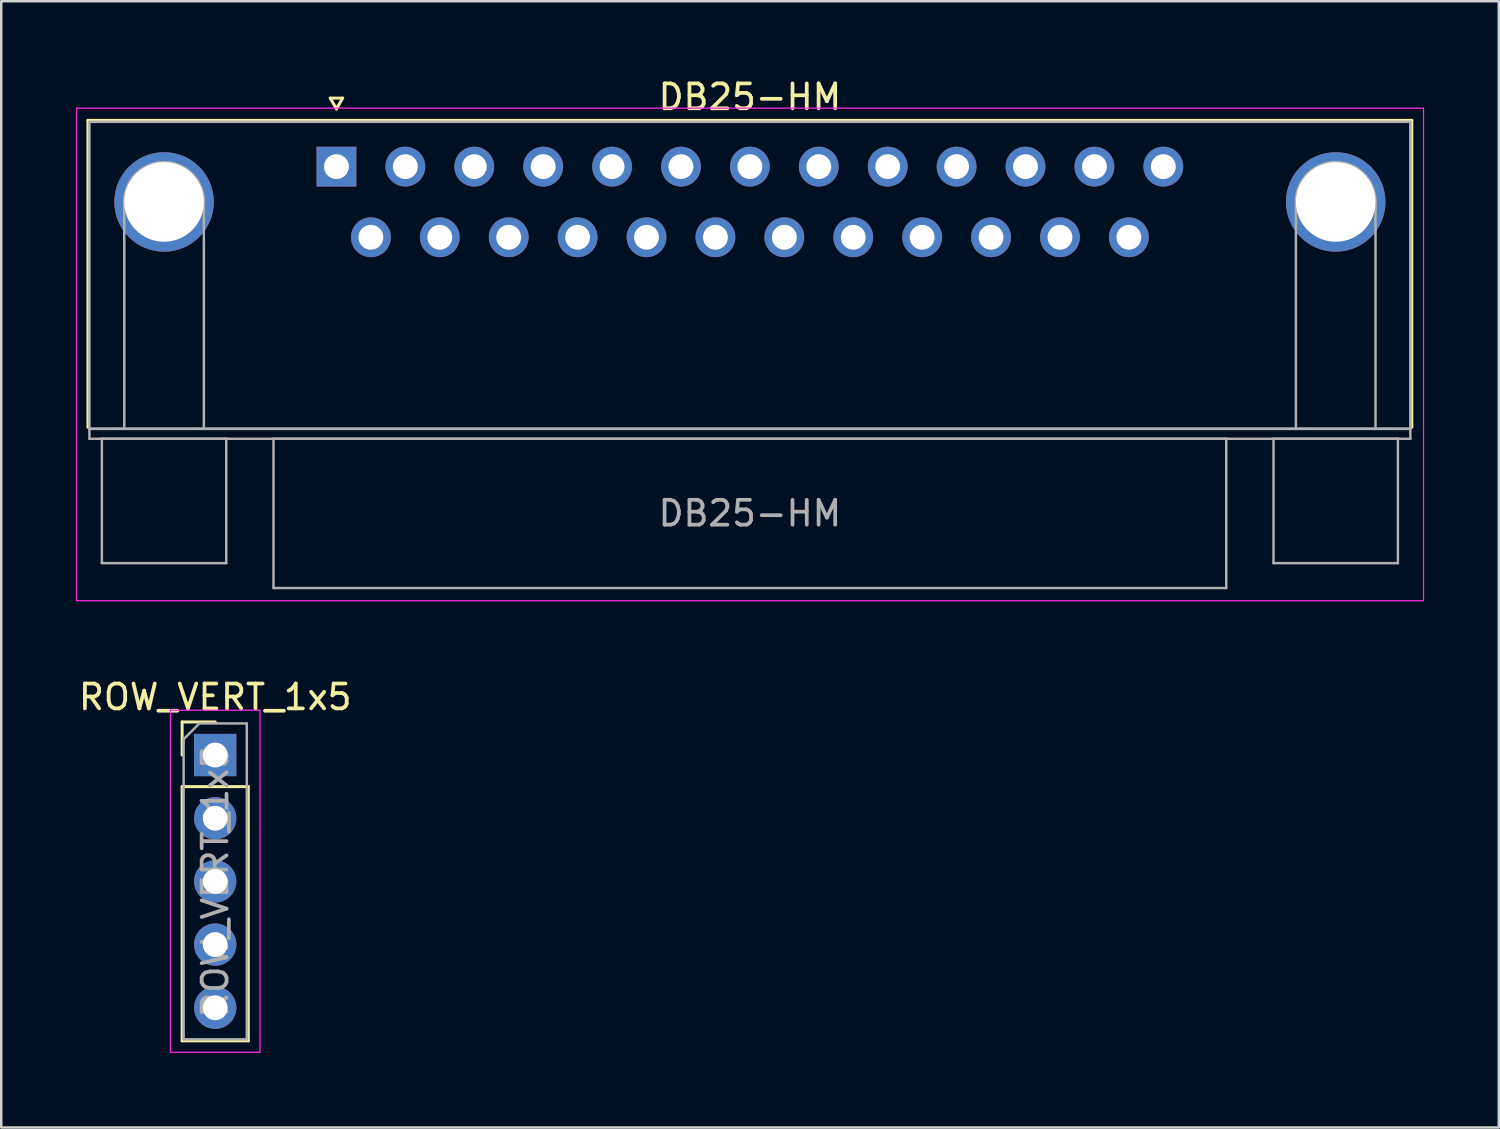
<source format=kicad_pcb>
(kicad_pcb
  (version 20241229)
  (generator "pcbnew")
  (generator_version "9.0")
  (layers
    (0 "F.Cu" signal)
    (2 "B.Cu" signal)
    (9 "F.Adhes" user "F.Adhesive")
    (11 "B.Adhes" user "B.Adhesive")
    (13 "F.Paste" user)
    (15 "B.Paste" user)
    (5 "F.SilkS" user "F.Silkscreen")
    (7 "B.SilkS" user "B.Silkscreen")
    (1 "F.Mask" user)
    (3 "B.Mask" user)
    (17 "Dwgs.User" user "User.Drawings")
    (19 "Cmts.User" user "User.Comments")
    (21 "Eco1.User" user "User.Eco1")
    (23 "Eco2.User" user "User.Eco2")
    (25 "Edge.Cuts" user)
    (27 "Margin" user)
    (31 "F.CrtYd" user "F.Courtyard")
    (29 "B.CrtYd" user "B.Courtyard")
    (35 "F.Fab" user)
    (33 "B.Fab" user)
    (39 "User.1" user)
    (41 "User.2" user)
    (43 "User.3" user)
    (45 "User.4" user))
  (footprint "ROW_VERT_1x5"
    (layer "F.Cu")
    (at 5.601 27.302)
    (property "Reference" "ROW_VERT_1x5" (at 0 -2.33 0) (layer "F.SilkS") (effects (font (size 1 1) (thickness 0.15))))
    (attr through_hole)
    (fp_line (start -1.33 -1.33) (end 0 -1.33) (stroke (width 0.12) (type solid)) (layer "F.SilkS"))
    (fp_line (start -1.33 0) (end -1.33 -1.33) (stroke (width 0.12) (type solid)) (layer "F.SilkS"))
    (fp_line (start -1.33 1.27) (end -1.33 11.49) (stroke (width 0.12) (type solid)) (layer "F.SilkS"))
    (fp_line (start -1.33 1.27) (end 1.33 1.27) (stroke (width 0.12) (type solid)) (layer "F.SilkS"))
    (fp_line (start -1.33 11.49) (end 1.33 11.49) (stroke (width 0.12) (type solid)) (layer "F.SilkS"))
    (fp_line (start 1.33 1.27) (end 1.33 11.49) (stroke (width 0.12) (type solid)) (layer "F.SilkS"))
    (fp_line (start -1.8 -1.8) (end -1.8 11.95) (stroke (width 0.05) (type solid)) (layer "F.CrtYd"))
    (fp_line (start -1.8 11.95) (end 1.8 11.95) (stroke (width 0.05) (type solid)) (layer "F.CrtYd"))
    (fp_line (start 1.8 -1.8) (end -1.8 -1.8) (stroke (width 0.05) (type solid)) (layer "F.CrtYd"))
    (fp_line (start 1.8 11.95) (end 1.8 -1.8) (stroke (width 0.05) (type solid)) (layer "F.CrtYd"))
    (fp_line (start -1.27 -0.635) (end -0.635 -1.27) (stroke (width 0.1) (type solid)) (layer "F.Fab"))
    (fp_line (start -1.27 11.43) (end -1.27 -0.635) (stroke (width 0.1) (type solid)) (layer "F.Fab"))
    (fp_line (start -0.635 -1.27) (end 1.27 -1.27) (stroke (width 0.1) (type solid)) (layer "F.Fab"))
    (fp_line (start 1.27 -1.27) (end 1.27 11.43) (stroke (width 0.1) (type solid)) (layer "F.Fab"))
    (fp_line (start 1.27 11.43) (end -1.27 11.43) (stroke (width 0.1) (type solid)) (layer "F.Fab"))
    (fp_text user "${REFERENCE}" (at 0 5.08 90) (layer "F.Fab") (effects (font (size 1 1) (thickness 0.15))))
    (pad "1" thru_hole rect (at 0 0) (size 1.7 1.7) (drill 1) (layers "*.Cu" "*.Mask"))
    (pad "2" thru_hole oval (at 0 2.54) (size 1.7 1.7) (drill 1) (layers "*.Cu" "*.Mask"))
    (pad "3" thru_hole oval (at 0 5.08) (size 1.7 1.7) (drill 1) (layers "*.Cu" "*.Mask"))
    (pad "4" thru_hole oval (at 0 7.62) (size 1.7 1.7) (drill 1) (layers "*.Cu" "*.Mask"))
    (pad "5" thru_hole oval (at 0 10.16) (size 1.7 1.7) (drill 1) (layers "*.Cu" "*.Mask")))
  (footprint "DB25-HM"
    (layer "F.Cu")
    (at 10.475 3.648)
    (property "Reference" "DB25-HM" (at 16.62 -2.8 0) (layer "F.SilkS") (effects (font (size 1 1) (thickness 0.15))))
    (attr through_hole)
    (fp_line (start -9.99 -1.86) (end 43.23 -1.86) (stroke (width 0.12) (type solid)) (layer "F.SilkS"))
    (fp_line (start -9.99 10.48) (end -9.99 -1.86) (stroke (width 0.12) (type solid)) (layer "F.SilkS"))
    (fp_line (start -0.25 -2.754) (end 0.25 -2.754) (stroke (width 0.12) (type solid)) (layer "F.SilkS"))
    (fp_line (start 0 -2.321) (end -0.25 -2.754) (stroke (width 0.12) (type solid)) (layer "F.SilkS"))
    (fp_line (start 0.25 -2.754) (end 0 -2.321) (stroke (width 0.12) (type solid)) (layer "F.SilkS"))
    (fp_line (start 43.23 -1.86) (end 43.23 10.48) (stroke (width 0.12) (type solid)) (layer "F.SilkS"))
    (fp_line (start -10.45 -2.35) (end -10.45 17.45) (stroke (width 0.05) (type solid)) (layer "F.CrtYd"))
    (fp_line (start -10.45 17.45) (end 43.7 17.45) (stroke (width 0.05) (type solid)) (layer "F.CrtYd"))
    (fp_line (start 43.7 -2.35) (end -10.45 -2.35) (stroke (width 0.05) (type solid)) (layer "F.CrtYd"))
    (fp_line (start 43.7 17.45) (end 43.7 -2.35) (stroke (width 0.05) (type solid)) (layer "F.CrtYd"))
    (fp_line (start -9.93 -1.8) (end -9.93 10.54) (stroke (width 0.1) (type solid)) (layer "F.Fab"))
    (fp_line (start -9.93 10.54) (end -9.93 10.94) (stroke (width 0.1) (type solid)) (layer "F.Fab"))
    (fp_line (start -9.93 10.54) (end 43.17 10.54) (stroke (width 0.1) (type solid)) (layer "F.Fab"))
    (fp_line (start -9.93 10.94) (end 43.17 10.94) (stroke (width 0.1) (type solid)) (layer "F.Fab"))
    (fp_line (start -9.43 10.94) (end -9.43 15.94) (stroke (width 0.1) (type solid)) (layer "F.Fab"))
    (fp_line (start -9.43 15.94) (end -4.43 15.94) (stroke (width 0.1) (type solid)) (layer "F.Fab"))
    (fp_line (start -8.53 10.54) (end -8.53 1.42) (stroke (width 0.1) (type solid)) (layer "F.Fab"))
    (fp_line (start -5.33 10.54) (end -5.33 1.42) (stroke (width 0.1) (type solid)) (layer "F.Fab"))
    (fp_line (start -4.43 10.94) (end -9.43 10.94) (stroke (width 0.1) (type solid)) (layer "F.Fab"))
    (fp_line (start -4.43 15.94) (end -4.43 10.94) (stroke (width 0.1) (type solid)) (layer "F.Fab"))
    (fp_line (start -2.53 10.94) (end -2.53 16.94) (stroke (width 0.1) (type solid)) (layer "F.Fab"))
    (fp_line (start -2.53 16.94) (end 35.77 16.94) (stroke (width 0.1) (type solid)) (layer "F.Fab"))
    (fp_line (start 35.77 10.94) (end -2.53 10.94) (stroke (width 0.1) (type solid)) (layer "F.Fab"))
    (fp_line (start 35.77 16.94) (end 35.77 10.94) (stroke (width 0.1) (type solid)) (layer "F.Fab"))
    (fp_line (start 37.67 10.94) (end 37.67 15.94) (stroke (width 0.1) (type solid)) (layer "F.Fab"))
    (fp_line (start 37.67 15.94) (end 42.67 15.94) (stroke (width 0.1) (type solid)) (layer "F.Fab"))
    (fp_line (start 38.57 10.54) (end 38.57 1.42) (stroke (width 0.1) (type solid)) (layer "F.Fab"))
    (fp_line (start 41.77 10.54) (end 41.77 1.42) (stroke (width 0.1) (type solid)) (layer "F.Fab"))
    (fp_line (start 42.67 10.94) (end 37.67 10.94) (stroke (width 0.1) (type solid)) (layer "F.Fab"))
    (fp_line (start 42.67 15.94) (end 42.67 10.94) (stroke (width 0.1) (type solid)) (layer "F.Fab"))
    (fp_line (start 43.17 -1.8) (end -9.93 -1.8) (stroke (width 0.1) (type solid)) (layer "F.Fab"))
    (fp_line (start 43.17 10.54) (end -9.93 10.54) (stroke (width 0.1) (type solid)) (layer "F.Fab"))
    (fp_line (start 43.17 10.54) (end 43.17 -1.8) (stroke (width 0.1) (type solid)) (layer "F.Fab"))
    (fp_line (start 43.17 10.94) (end 43.17 10.54) (stroke (width 0.1) (type solid)) (layer "F.Fab"))
    (fp_arc (start -8.53 1.42) (mid -6.93 -0.18) (end -5.33 1.42) (stroke (width 0.1) (type solid)) (layer "F.Fab"))
    (fp_arc (start 38.57 1.42) (mid 40.17 -0.18) (end 41.77 1.42) (stroke (width 0.1) (type solid)) (layer "F.Fab"))
    (fp_text user "${REFERENCE}" (at 16.62 13.94 0) (layer "F.Fab") (effects (font (size 1 1) (thickness 0.15))))
    (pad "0" thru_hole circle (at -6.93 1.42) (size 4 4) (drill 3.2) (layers "*.Cu" "*.Mask"))
    (pad "0" thru_hole circle (at 40.17 1.42) (size 4 4) (drill 3.2) (layers "*.Cu" "*.Mask"))
    (pad "1" thru_hole rect (at 0 0) (size 1.6 1.6) (drill 1) (layers "*.Cu" "*.Mask"))
    (pad "2" thru_hole circle (at 2.77 0) (size 1.6 1.6) (drill 1) (layers "*.Cu" "*.Mask"))
    (pad "3" thru_hole circle (at 5.54 0) (size 1.6 1.6) (drill 1) (layers "*.Cu" "*.Mask"))
    (pad "4" thru_hole circle (at 8.31 0) (size 1.6 1.6) (drill 1) (layers "*.Cu" "*.Mask"))
    (pad "5" thru_hole circle (at 11.08 0) (size 1.6 1.6) (drill 1) (layers "*.Cu" "*.Mask"))
    (pad "6" thru_hole circle (at 13.85 0) (size 1.6 1.6) (drill 1) (layers "*.Cu" "*.Mask"))
    (pad "7" thru_hole circle (at 16.62 0) (size 1.6 1.6) (drill 1) (layers "*.Cu" "*.Mask"))
    (pad "8" thru_hole circle (at 19.39 0) (size 1.6 1.6) (drill 1) (layers "*.Cu" "*.Mask"))
    (pad "9" thru_hole circle (at 22.16 0) (size 1.6 1.6) (drill 1) (layers "*.Cu" "*.Mask"))
    (pad "10" thru_hole circle (at 24.93 0) (size 1.6 1.6) (drill 1) (layers "*.Cu" "*.Mask"))
    (pad "11" thru_hole circle (at 27.7 0) (size 1.6 1.6) (drill 1) (layers "*.Cu" "*.Mask"))
    (pad "12" thru_hole circle (at 30.47 0) (size 1.6 1.6) (drill 1) (layers "*.Cu" "*.Mask"))
    (pad "13" thru_hole circle (at 33.24 0) (size 1.6 1.6) (drill 1) (layers "*.Cu" "*.Mask"))
    (pad "14" thru_hole circle (at 1.385 2.84) (size 1.6 1.6) (drill 1) (layers "*.Cu" "*.Mask"))
    (pad "15" thru_hole circle (at 4.155 2.84) (size 1.6 1.6) (drill 1) (layers "*.Cu" "*.Mask"))
    (pad "16" thru_hole circle (at 6.925 2.84) (size 1.6 1.6) (drill 1) (layers "*.Cu" "*.Mask"))
    (pad "17" thru_hole circle (at 9.695 2.84) (size 1.6 1.6) (drill 1) (layers "*.Cu" "*.Mask"))
    (pad "18" thru_hole circle (at 12.465 2.84) (size 1.6 1.6) (drill 1) (layers "*.Cu" "*.Mask"))
    (pad "19" thru_hole circle (at 15.235 2.84) (size 1.6 1.6) (drill 1) (layers "*.Cu" "*.Mask"))
    (pad "20" thru_hole circle (at 18.005 2.84) (size 1.6 1.6) (drill 1) (layers "*.Cu" "*.Mask"))
    (pad "21" thru_hole circle (at 20.775 2.84) (size 1.6 1.6) (drill 1) (layers "*.Cu" "*.Mask"))
    (pad "22" thru_hole circle (at 23.545 2.84) (size 1.6 1.6) (drill 1) (layers "*.Cu" "*.Mask"))
    (pad "23" thru_hole circle (at 26.315 2.84) (size 1.6 1.6) (drill 1) (layers "*.Cu" "*.Mask"))
    (pad "24" thru_hole circle (at 29.085 2.84) (size 1.6 1.6) (drill 1) (layers "*.Cu" "*.Mask"))
    (pad "25" thru_hole circle (at 31.855 2.84) (size 1.6 1.6) (drill 1) (layers "*.Cu" "*.Mask")))
  (gr_rect
    (start -3 -3)
    (end 57.2 42.276)
    (stroke (width 0.1) (type default))
    (fill no)
    (layer "Edge.Cuts")))
</source>
